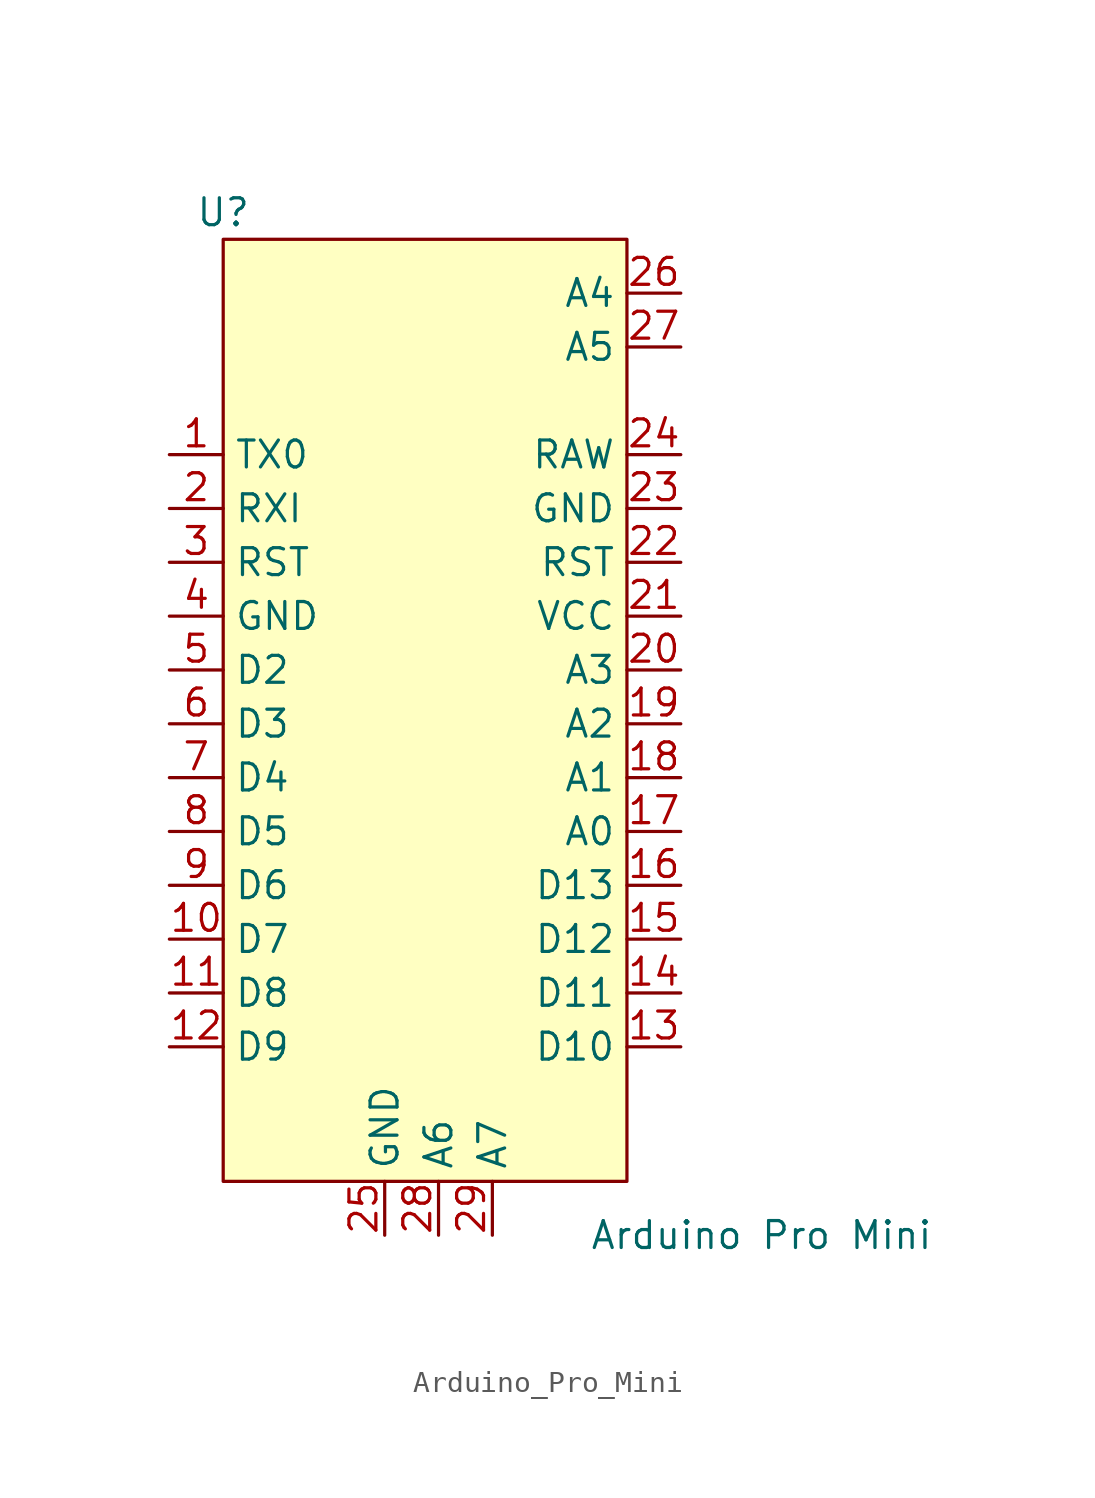
<source format=kicad_sym>
(kicad_symbol_lib
  (version 20220914)
  (generator kicad_symbol_editor)
  (symbol "Arduino_Pro_Mini"
    (property "Reference" "U"
      (at -8.89 24.13 0)
      (effects (font (size 1.27 1.27))))
    (property "Value" "Arduino Pro Mini"
      (at 16.51 -24.13 0)
      (effects (font (size 1.27 1.27))))
    (symbol "Arduino_Pro_Mini_1_1"
      (rectangle (start -8.89 22.86) (end 10.16 -21.59) (stroke (width 0) (type default)) (fill (type background)))
      (pin passive line (at -11.43 12.7 0) (length 2.54) (name "TX0" (effects (font (size 1.27 1.27)))) (number "1" (effects (font (size 1.27 1.27)))))
      (pin passive line (at -11.43 -10.16 0) (length 2.54) (name "D7" (effects (font (size 1.27 1.27)))) (number "10" (effects (font (size 1.27 1.27)))))
      (pin passive line (at -11.43 -12.7 0) (length 2.54) (name "D8" (effects (font (size 1.27 1.27)))) (number "11" (effects (font (size 1.27 1.27)))))
      (pin passive line (at -11.43 -15.24 0) (length 2.54) (name "D9" (effects (font (size 1.27 1.27)))) (number "12" (effects (font (size 1.27 1.27)))))
      (pin passive line (at 12.7 -15.24 180) (length 2.54) (name "D10" (effects (font (size 1.27 1.27)))) (number "13" (effects (font (size 1.27 1.27)))))
      (pin passive line (at 12.7 -12.7 180) (length 2.54) (name "D11" (effects (font (size 1.27 1.27)))) (number "14" (effects (font (size 1.27 1.27)))))
      (pin passive line (at 12.7 -10.16 180) (length 2.54) (name "D12" (effects (font (size 1.27 1.27)))) (number "15" (effects (font (size 1.27 1.27)))))
      (pin passive line (at 12.7 -7.62 180) (length 2.54) (name "D13" (effects (font (size 1.27 1.27)))) (number "16" (effects (font (size 1.27 1.27)))))
      (pin passive line (at 12.7 -5.08 180) (length 2.54) (name "A0" (effects (font (size 1.27 1.27)))) (number "17" (effects (font (size 1.27 1.27)))))
      (pin passive line (at 12.7 -2.54 180) (length 2.54) (name "A1" (effects (font (size 1.27 1.27)))) (number "18" (effects (font (size 1.27 1.27)))))
      (pin passive line (at 12.7 0 180) (length 2.54) (name "A2" (effects (font (size 1.27 1.27)))) (number "19" (effects (font (size 1.27 1.27)))))
      (pin passive line (at -11.43 10.16 0) (length 2.54) (name "RXI" (effects (font (size 1.27 1.27)))) (number "2" (effects (font (size 1.27 1.27)))))
      (pin passive line (at 12.7 2.54 180) (length 2.54) (name "A3" (effects (font (size 1.27 1.27)))) (number "20" (effects (font (size 1.27 1.27)))))
      (pin passive line (at 12.7 5.08 180) (length 2.54) (name "VCC" (effects (font (size 1.27 1.27)))) (number "21" (effects (font (size 1.27 1.27)))))
      (pin passive line (at 12.7 7.62 180) (length 2.54) (name "RST" (effects (font (size 1.27 1.27)))) (number "22" (effects (font (size 1.27 1.27)))))
      (pin passive line (at 12.7 10.16 180) (length 2.54) (name "GND" (effects (font (size 1.27 1.27)))) (number "23" (effects (font (size 1.27 1.27)))))
      (pin passive line (at 12.7 12.7 180) (length 2.54) (name "RAW" (effects (font (size 1.27 1.27)))) (number "24" (effects (font (size 1.27 1.27)))))
      (pin passive line (at -1.27 -24.13 90) (length 2.54) (name "GND" (effects (font (size 1.27 1.27)))) (number "25" (effects (font (size 1.27 1.27)))))
      (pin passive line (at 12.7 20.32 180) (length 2.54) (name "A4" (effects (font (size 1.27 1.27)))) (number "26" (effects (font (size 1.27 1.27)))))
      (pin passive line (at 12.7 17.78 180) (length 2.54) (name "A5" (effects (font (size 1.27 1.27)))) (number "27" (effects (font (size 1.27 1.27)))))
      (pin passive line (at 1.27 -24.13 90) (length 2.54) (name "A6" (effects (font (size 1.27 1.27)))) (number "28" (effects (font (size 1.27 1.27)))))
      (pin passive line (at 3.81 -24.13 90) (length 2.54) (name "A7" (effects (font (size 1.27 1.27)))) (number "29" (effects (font (size 1.27 1.27)))))
      (pin passive line (at -11.43 7.62 0) (length 2.54) (name "RST" (effects (font (size 1.27 1.27)))) (number "3" (effects (font (size 1.27 1.27)))))
      (pin passive line (at -11.43 5.08 0) (length 2.54) (name "GND" (effects (font (size 1.27 1.27)))) (number "4" (effects (font (size 1.27 1.27)))))
      (pin passive line (at -11.43 2.54 0) (length 2.54) (name "D2" (effects (font (size 1.27 1.27)))) (number "5" (effects (font (size 1.27 1.27)))))
      (pin passive line (at -11.43 0 0) (length 2.54) (name "D3" (effects (font (size 1.27 1.27)))) (number "6" (effects (font (size 1.27 1.27)))))
      (pin passive line (at -11.43 -2.54 0) (length 2.54) (name "D4" (effects (font (size 1.27 1.27)))) (number "7" (effects (font (size 1.27 1.27)))))
      (pin passive line (at -11.43 -5.08 0) (length 2.54) (name "D5" (effects (font (size 1.27 1.27)))) (number "8" (effects (font (size 1.27 1.27)))))
      (pin passive line (at -11.43 -7.62 0) (length 2.54) (name "D6" (effects (font (size 1.27 1.27)))) (number "9" (effects (font (size 1.27 1.27))))))))
</source>
